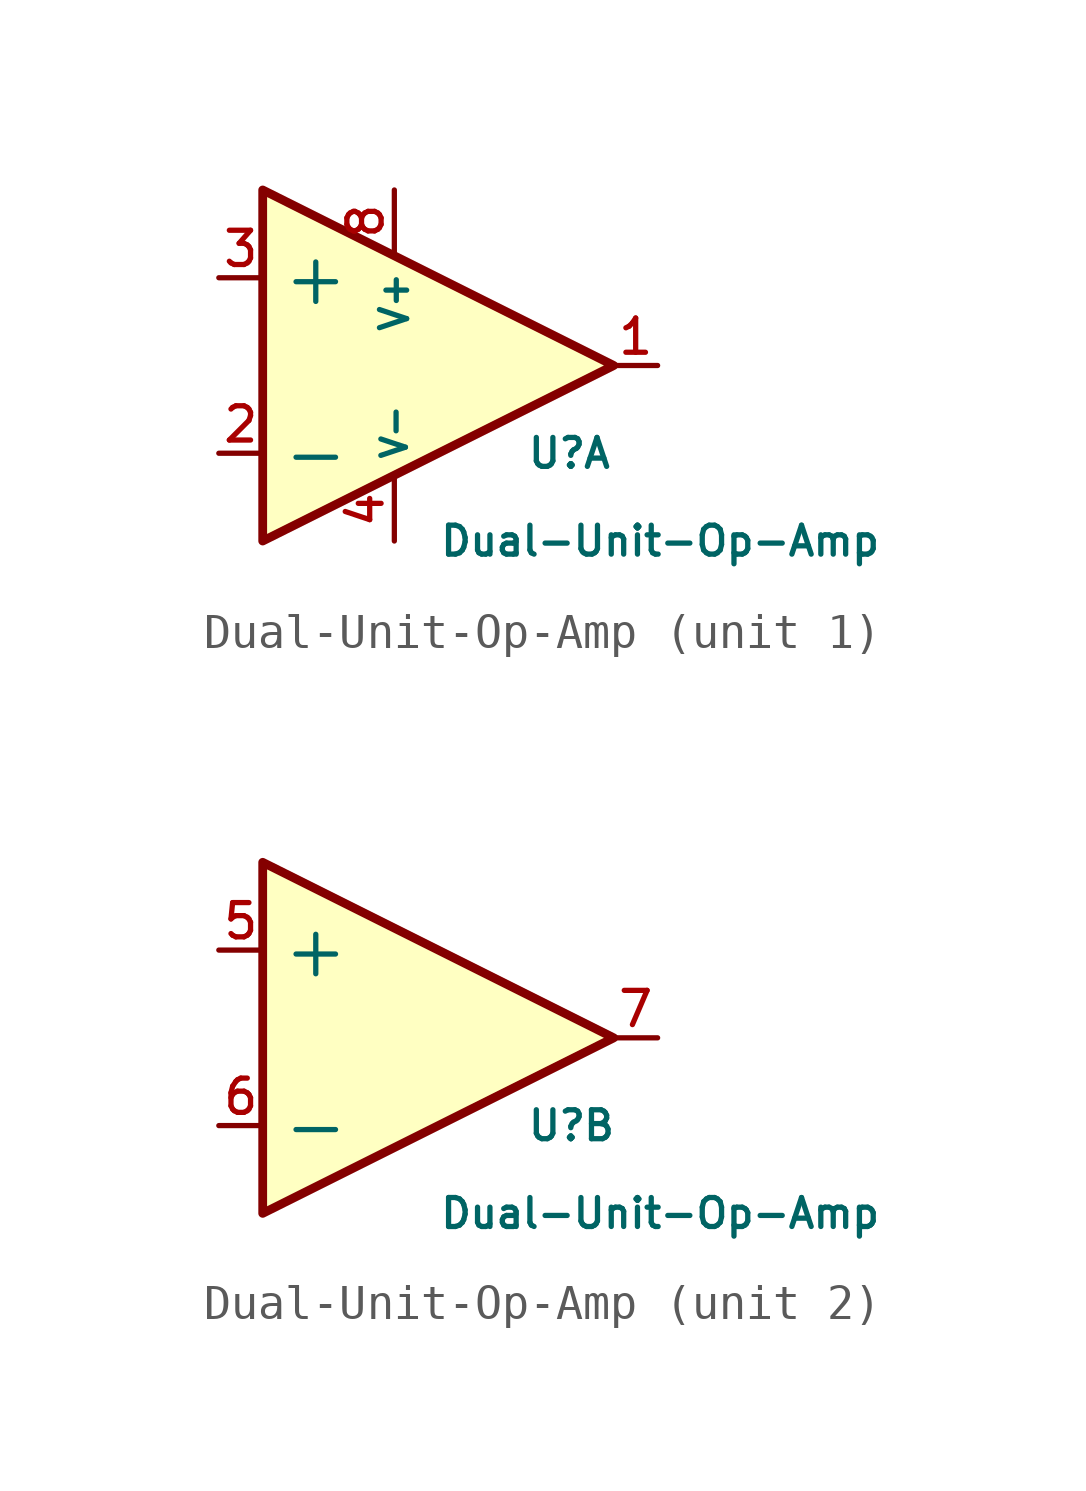
<source format=kicad_sym>
(kicad_symbol_lib
  (version 20220914)
  (generator kicad_symbol_editor)
  (symbol "Dual-Unit-Op-Amp"
    (property "Reference" "U"
      (at 2.54 -2.54 0)
      (effects (font (size 0.838 0.838)) (justify left)))
    (property "Value" "Dual-Unit-Op-Amp"
      (at 0 -5.08 0)
      (effects (font (size 0.838 0.838)) (justify left)))
    (symbol "Dual-Unit-Op-Amp_0_1"
      (polyline (pts (xy -5.08 5.08) (xy 5.08 0) (xy -5.08 -5.08) (xy -5.08 5.08)) (stroke (width 0.254) (type solid)) (fill (type background))))
    (symbol "Dual-Unit-Op-Amp_1_1"
      (pin output line (at 6.35 0 180) (length 1.27) (name "~" (effects (font (size 0.991 0.991)))) (number "1" (effects (font (size 0.991 0.991)))))
      (pin input line (at -6.35 -2.54 0) (length 1.27) (name "-" (effects (font (size 1.499 1.499)))) (number "2" (effects (font (size 0.991 0.991)))))
      (pin input line (at -6.35 2.54 0) (length 1.27) (name "+" (effects (font (size 1.499 1.499)))) (number "3" (effects (font (size 0.991 0.991)))))
      (pin power_in line (at -1.27 -5.08 90) (length 1.803) (name "V-" (effects (font (size 0.711 0.711)))) (number "4" (effects (font (size 0.991 0.991)))))
      (pin power_in line (at -1.27 5.08 270) (length 1.803) (name "V+" (effects (font (size 0.787 0.787)))) (number "8" (effects (font (size 0.991 0.991))))))
    (symbol "Dual-Unit-Op-Amp_2_1"
      (pin input line (at -6.35 2.54 0) (length 1.27) (name "+" (effects (font (size 1.499 1.499)))) (number "5" (effects (font (size 0.991 0.991)))))
      (pin input line (at -6.35 -2.54 0) (length 1.27) (name "-" (effects (font (size 1.499 1.499)))) (number "6" (effects (font (size 0.991 0.991)))))
      (pin output line (at 6.35 0 180) (length 1.27) (name "~" (effects (font (size 0.991 0.991)))) (number "7" (effects (font (size 0.991 0.991))))))))
</source>
